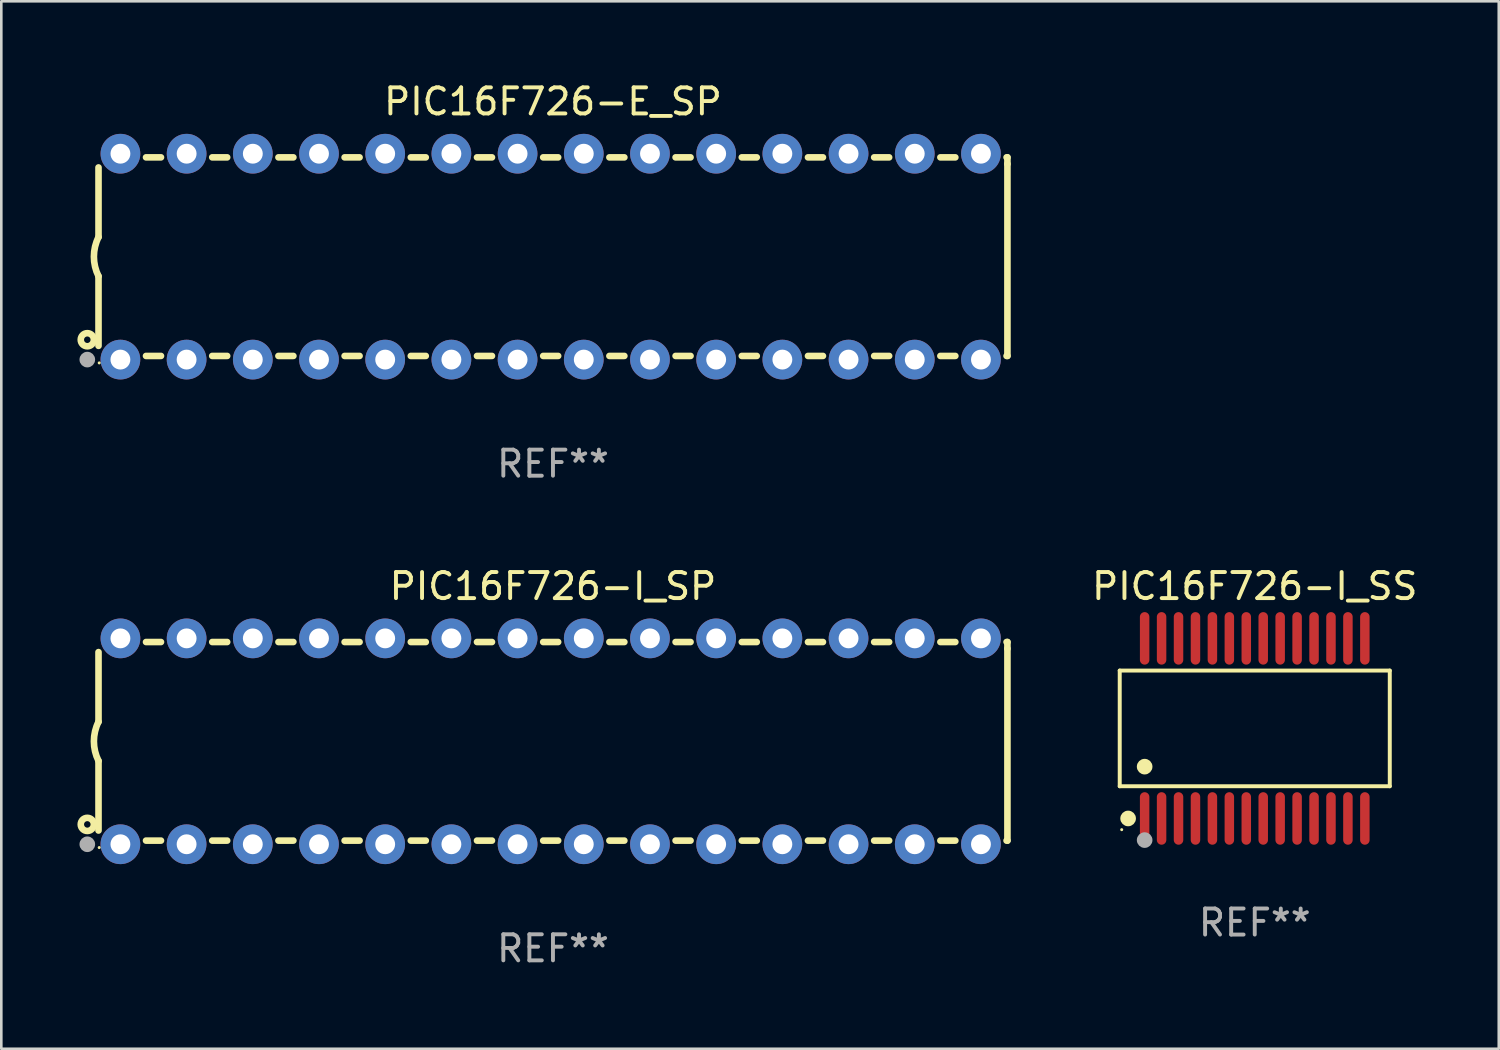
<source format=kicad_pcb>
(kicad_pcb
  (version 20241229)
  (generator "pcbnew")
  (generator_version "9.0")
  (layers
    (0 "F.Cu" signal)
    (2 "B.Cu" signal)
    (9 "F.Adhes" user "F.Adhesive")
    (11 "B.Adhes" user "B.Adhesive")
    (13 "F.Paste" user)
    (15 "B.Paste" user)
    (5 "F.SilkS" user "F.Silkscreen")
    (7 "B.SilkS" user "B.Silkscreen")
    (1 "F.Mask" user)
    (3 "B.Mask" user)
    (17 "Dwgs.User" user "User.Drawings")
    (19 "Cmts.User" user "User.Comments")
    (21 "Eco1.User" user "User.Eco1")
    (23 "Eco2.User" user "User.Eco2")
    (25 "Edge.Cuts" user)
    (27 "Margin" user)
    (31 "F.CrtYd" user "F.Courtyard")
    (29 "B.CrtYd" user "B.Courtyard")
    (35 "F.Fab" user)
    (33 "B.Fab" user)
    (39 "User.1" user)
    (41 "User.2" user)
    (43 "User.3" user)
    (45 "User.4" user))
  (footprint "PIC16F726-E_SP"
    (layer "F.Cu")
    (at 18.168 6.798)
    (property "Reference" "PIC16F726-E_SP" (at 0 -5.95 0) (layer "F.SilkS") (effects (font (size 1 1) (thickness 0.15))))
    (attr through_hole)
    (fp_line (start -17.438 0.75) (end -17.438 3.423) (stroke (width 0.254) (type solid)) (layer "F.SilkS"))
    (fp_line (start -17.438 -3.423) (end -17.438 -0.75) (stroke (width 0.254) (type solid)) (layer "F.SilkS"))
    (fp_line (start -15.615 3.81) (end -15.041 3.81) (stroke (width 0.254) (type solid)) (layer "F.SilkS"))
    (fp_line (start -15.041 -3.81) (end -15.614 -3.81) (stroke (width 0.254) (type solid)) (layer "F.SilkS"))
    (fp_line (start -13.075 3.81) (end -12.501 3.81) (stroke (width 0.254) (type solid)) (layer "F.SilkS"))
    (fp_line (start -12.501 -3.81) (end -13.074 -3.81) (stroke (width 0.254) (type solid)) (layer "F.SilkS"))
    (fp_line (start -10.535 3.81) (end -9.961 3.81) (stroke (width 0.254) (type solid)) (layer "F.SilkS"))
    (fp_line (start -9.961 -3.81) (end -10.534 -3.81) (stroke (width 0.254) (type solid)) (layer "F.SilkS"))
    (fp_line (start -7.995 3.81) (end -7.421 3.81) (stroke (width 0.254) (type solid)) (layer "F.SilkS"))
    (fp_line (start -7.421 -3.81) (end -7.995 -3.81) (stroke (width 0.254) (type solid)) (layer "F.SilkS"))
    (fp_line (start -5.455 3.81) (end -4.881 3.81) (stroke (width 0.254) (type solid)) (layer "F.SilkS"))
    (fp_line (start -4.881 -3.81) (end -5.455 -3.81) (stroke (width 0.254) (type solid)) (layer "F.SilkS"))
    (fp_line (start -2.915 3.81) (end -2.341 3.81) (stroke (width 0.254) (type solid)) (layer "F.SilkS"))
    (fp_line (start -2.341 -3.81) (end -2.915 -3.81) (stroke (width 0.254) (type solid)) (layer "F.SilkS"))
    (fp_line (start -0.375 3.81) (end 0.199 3.81) (stroke (width 0.254) (type solid)) (layer "F.SilkS"))
    (fp_line (start 0.199 -3.81) (end -0.375 -3.81) (stroke (width 0.254) (type solid)) (layer "F.SilkS"))
    (fp_line (start 2.165 3.81) (end 2.739 3.81) (stroke (width 0.254) (type solid)) (layer "F.SilkS"))
    (fp_line (start 2.739 -3.81) (end 2.165 -3.81) (stroke (width 0.254) (type solid)) (layer "F.SilkS"))
    (fp_line (start 4.705 3.81) (end 5.279 3.81) (stroke (width 0.254) (type solid)) (layer "F.SilkS"))
    (fp_line (start 5.279 -3.81) (end 4.705 -3.81) (stroke (width 0.254) (type solid)) (layer "F.SilkS"))
    (fp_line (start 7.245 3.81) (end 7.819 3.81) (stroke (width 0.254) (type solid)) (layer "F.SilkS"))
    (fp_line (start 7.819 -3.81) (end 7.245 -3.81) (stroke (width 0.254) (type solid)) (layer "F.SilkS"))
    (fp_line (start 9.785 3.81) (end 10.359 3.81) (stroke (width 0.254) (type solid)) (layer "F.SilkS"))
    (fp_line (start 10.359 -3.81) (end 9.785 -3.81) (stroke (width 0.254) (type solid)) (layer "F.SilkS"))
    (fp_line (start 12.325 3.81) (end 12.899 3.81) (stroke (width 0.254) (type solid)) (layer "F.SilkS"))
    (fp_line (start 12.899 -3.81) (end 12.325 -3.81) (stroke (width 0.254) (type solid)) (layer "F.SilkS"))
    (fp_line (start 14.865 3.81) (end 15.439 3.81) (stroke (width 0.254) (type solid)) (layer "F.SilkS"))
    (fp_line (start 15.439 -3.81) (end 14.865 -3.81) (stroke (width 0.254) (type solid)) (layer "F.SilkS"))
    (fp_line (start 17.405 3.81) (end 17.438 3.81) (stroke (width 0.254) (type solid)) (layer "F.SilkS"))
    (fp_line (start 17.438 -3.81) (end 17.405 -3.81) (stroke (width 0.254) (type solid)) (layer "F.SilkS"))
    (fp_line (start 17.438 -3.556) (end 17.438 -3.81) (stroke (width 0.254) (type solid)) (layer "F.SilkS"))
    (fp_line (start 17.438 3.81) (end 17.438 -3.556) (stroke (width 0.254) (type solid)) (layer "F.SilkS"))
    (fp_arc (start -17.437986 0.749657) (mid -17.614887 -0.000024) (end -17.437783 -0.749657) (stroke (width 0.254001) (type solid)) (layer "F.SilkS"))
    (fp_circle (center -17.868 3.188) (end -17.743 3.188) (stroke (width 0.254) (type solid)) (fill no) (layer "F.SilkS"))
    (fp_circle (center -17.411 4.077) (end -17.381 4.077) (stroke (width 0.06) (type solid)) (fill no) (layer "F.SilkS"))
    (fp_circle (center -17.868 3.95) (end -17.718 3.95) (stroke (width 0.3) (type solid)) (fill no) (layer "F.Fab"))
    (fp_text user "REF**" (at 0 7.95 0) (layer "F.Fab") (effects (font (size 1 1) (thickness 0.15))))
    (pad "1" thru_hole circle (at -16.598 3.95) (size 1.524 1.524) (drill 0.762) (layers "*.Cu" "*.Mask"))
    (pad "2" thru_hole circle (at -14.058 3.95) (size 1.524 1.524) (drill 0.762) (layers "*.Cu" "*.Mask"))
    (pad "3" thru_hole circle (at -11.518 3.95) (size 1.524 1.524) (drill 0.762) (layers "*.Cu" "*.Mask"))
    (pad "4" thru_hole circle (at -8.978 3.95) (size 1.524 1.524) (drill 0.762) (layers "*.Cu" "*.Mask"))
    (pad "5" thru_hole circle (at -6.438 3.95) (size 1.524 1.524) (drill 0.762) (layers "*.Cu" "*.Mask"))
    (pad "6" thru_hole circle (at -3.898 3.95) (size 1.524 1.524) (drill 0.762) (layers "*.Cu" "*.Mask"))
    (pad "7" thru_hole circle (at -1.358 3.95) (size 1.524 1.524) (drill 0.762) (layers "*.Cu" "*.Mask"))
    (pad "8" thru_hole circle (at 1.182 3.95) (size 1.524 1.524) (drill 0.762) (layers "*.Cu" "*.Mask"))
    (pad "9" thru_hole circle (at 3.722 3.95) (size 1.524 1.524) (drill 0.762) (layers "*.Cu" "*.Mask"))
    (pad "10" thru_hole circle (at 6.262 3.95) (size 1.524 1.524) (drill 0.762) (layers "*.Cu" "*.Mask"))
    (pad "11" thru_hole circle (at 8.802 3.95) (size 1.524 1.524) (drill 0.762) (layers "*.Cu" "*.Mask"))
    (pad "12" thru_hole circle (at 11.342 3.95) (size 1.524 1.524) (drill 0.762) (layers "*.Cu" "*.Mask"))
    (pad "13" thru_hole circle (at 13.882 3.95) (size 1.524 1.524) (drill 0.762) (layers "*.Cu" "*.Mask"))
    (pad "14" thru_hole circle (at 16.422 3.95) (size 1.524 1.524) (drill 0.762) (layers "*.Cu" "*.Mask"))
    (pad "15" thru_hole circle (at 16.422 -3.95) (size 1.524 1.524) (drill 0.762) (layers "*.Cu" "*.Mask"))
    (pad "16" thru_hole circle (at 13.882 -3.95) (size 1.524 1.524) (drill 0.762) (layers "*.Cu" "*.Mask"))
    (pad "17" thru_hole circle (at 11.342 -3.95) (size 1.524 1.524) (drill 0.762) (layers "*.Cu" "*.Mask"))
    (pad "18" thru_hole circle (at 8.802 -3.95) (size 1.524 1.524) (drill 0.762) (layers "*.Cu" "*.Mask"))
    (pad "19" thru_hole circle (at 6.262 -3.95) (size 1.524 1.524) (drill 0.762) (layers "*.Cu" "*.Mask"))
    (pad "20" thru_hole circle (at 3.722 -3.95) (size 1.524 1.524) (drill 0.762) (layers "*.Cu" "*.Mask"))
    (pad "21" thru_hole circle (at 1.182 -3.95) (size 1.524 1.524) (drill 0.762) (layers "*.Cu" "*.Mask"))
    (pad "22" thru_hole circle (at -1.358 -3.95) (size 1.524 1.524) (drill 0.762) (layers "*.Cu" "*.Mask"))
    (pad "23" thru_hole circle (at -3.898 -3.95) (size 1.524 1.524) (drill 0.762) (layers "*.Cu" "*.Mask"))
    (pad "24" thru_hole circle (at -6.438 -3.95) (size 1.524 1.524) (drill 0.762) (layers "*.Cu" "*.Mask"))
    (pad "25" thru_hole circle (at -8.978 -3.95) (size 1.524 1.524) (drill 0.762) (layers "*.Cu" "*.Mask"))
    (pad "26" thru_hole circle (at -11.517 -3.95) (size 1.524 1.524) (drill 0.762) (layers "*.Cu" "*.Mask"))
    (pad "27" thru_hole circle (at -14.057 -3.95) (size 1.524 1.524) (drill 0.762) (layers "*.Cu" "*.Mask"))
    (pad "28" thru_hole circle (at -16.597 -3.95) (size 1.524 1.524) (drill 0.762) (layers "*.Cu" "*.Mask")))
  (footprint "PIC16F726-I_SS"
    (layer "F.Cu")
    (at 45.096 24.9)
    (property "Reference" "PIC16F726-I_SS" (at 0 -5.455 0) (layer "F.SilkS") (effects (font (size 1 1) (thickness 0.15))))
    (attr through_hole)
    (fp_line (start -5.181 -2.219) (end 5.181 -2.219) (stroke (width 0.152) (type solid)) (layer "F.SilkS"))
    (fp_line (start -5.181 2.219) (end -5.181 -2.219) (stroke (width 0.152) (type solid)) (layer "F.SilkS"))
    (fp_line (start 5.181 -2.219) (end 5.181 2.219) (stroke (width 0.152) (type solid)) (layer "F.SilkS"))
    (fp_line (start 5.181 2.219) (end -5.181 2.219) (stroke (width 0.152) (type solid)) (layer "F.SilkS"))
    (fp_circle (center -5.105 3.885) (end -5.075 3.885) (stroke (width 0.06) (type solid)) (fill no) (layer "F.SilkS"))
    (fp_circle (center -4.859 3.455) (end -4.709 3.455) (stroke (width 0.3) (type solid)) (fill no) (layer "F.SilkS"))
    (fp_circle (center -4.225 1.467) (end -4.075 1.467) (stroke (width 0.3) (type solid)) (fill no) (layer "F.SilkS"))
    (fp_circle (center -4.225 4.285) (end -4.075 4.285) (stroke (width 0.3) (type solid)) (fill no) (layer "F.Fab"))
    (fp_text user "REF**" (at 0 7.455 0) (layer "F.Fab") (effects (font (size 1 1) (thickness 0.15))))
    (pad "1" smd oval (at -4.225 3.455) (size 0.364 2.015) (layers "F.Cu" "F.Mask" "F.Paste"))
    (pad "2" smd oval (at -3.575 3.455) (size 0.364 2.015) (layers "F.Cu" "F.Mask" "F.Paste"))
    (pad "3" smd oval (at -2.925 3.455) (size 0.364 2.015) (layers "F.Cu" "F.Mask" "F.Paste"))
    (pad "4" smd oval (at -2.275 3.455) (size 0.364 2.015) (layers "F.Cu" "F.Mask" "F.Paste"))
    (pad "5" smd oval (at -1.625 3.455) (size 0.364 2.015) (layers "F.Cu" "F.Mask" "F.Paste"))
    (pad "6" smd oval (at -0.975 3.455) (size 0.364 2.015) (layers "F.Cu" "F.Mask" "F.Paste"))
    (pad "7" smd oval (at -0.325 3.455) (size 0.364 2.015) (layers "F.Cu" "F.Mask" "F.Paste"))
    (pad "8" smd oval (at 0.325 3.455) (size 0.364 2.015) (layers "F.Cu" "F.Mask" "F.Paste"))
    (pad "9" smd oval (at 0.975 3.455) (size 0.364 2.015) (layers "F.Cu" "F.Mask" "F.Paste"))
    (pad "10" smd oval (at 1.625 3.455) (size 0.364 2.015) (layers "F.Cu" "F.Mask" "F.Paste"))
    (pad "11" smd oval (at 2.275 3.455) (size 0.364 2.015) (layers "F.Cu" "F.Mask" "F.Paste"))
    (pad "12" smd oval (at 2.925 3.455) (size 0.364 2.015) (layers "F.Cu" "F.Mask" "F.Paste"))
    (pad "13" smd oval (at 3.575 3.455) (size 0.364 2.015) (layers "F.Cu" "F.Mask" "F.Paste"))
    (pad "14" smd oval (at 4.225 3.455) (size 0.364 2.015) (layers "F.Cu" "F.Mask" "F.Paste"))
    (pad "15" smd oval (at 4.225 -3.455) (size 0.364 2.015) (layers "F.Cu" "F.Mask" "F.Paste"))
    (pad "16" smd oval (at 3.575 -3.455) (size 0.364 2.015) (layers "F.Cu" "F.Mask" "F.Paste"))
    (pad "17" smd oval (at 2.925 -3.455) (size 0.364 2.015) (layers "F.Cu" "F.Mask" "F.Paste"))
    (pad "18" smd oval (at 2.275 -3.455) (size 0.364 2.015) (layers "F.Cu" "F.Mask" "F.Paste"))
    (pad "19" smd oval (at 1.625 -3.455) (size 0.364 2.015) (layers "F.Cu" "F.Mask" "F.Paste"))
    (pad "20" smd oval (at 0.975 -3.455) (size 0.364 2.015) (layers "F.Cu" "F.Mask" "F.Paste"))
    (pad "21" smd oval (at 0.325 -3.455) (size 0.364 2.015) (layers "F.Cu" "F.Mask" "F.Paste"))
    (pad "22" smd oval (at -0.325 -3.455) (size 0.364 2.015) (layers "F.Cu" "F.Mask" "F.Paste"))
    (pad "23" smd oval (at -0.975 -3.455) (size 0.364 2.015) (layers "F.Cu" "F.Mask" "F.Paste"))
    (pad "24" smd oval (at -1.625 -3.455) (size 0.364 2.015) (layers "F.Cu" "F.Mask" "F.Paste"))
    (pad "25" smd oval (at -2.275 -3.455) (size 0.364 2.015) (layers "F.Cu" "F.Mask" "F.Paste"))
    (pad "26" smd oval (at -2.925 -3.455) (size 0.364 2.015) (layers "F.Cu" "F.Mask" "F.Paste"))
    (pad "27" smd oval (at -3.575 -3.455) (size 0.364 2.015) (layers "F.Cu" "F.Mask" "F.Paste"))
    (pad "28" smd oval (at -4.225 -3.455) (size 0.364 2.015) (layers "F.Cu" "F.Mask" "F.Paste")))
  (footprint "PIC16F726-I_SP"
    (layer "F.Cu")
    (at 18.168 25.395)
    (property "Reference" "PIC16F726-I_SP" (at 0 -5.95 0) (layer "F.SilkS") (effects (font (size 1 1) (thickness 0.15))))
    (attr through_hole)
    (fp_line (start -17.438 0.75) (end -17.438 3.423) (stroke (width 0.254) (type solid)) (layer "F.SilkS"))
    (fp_line (start -17.438 -3.423) (end -17.438 -0.75) (stroke (width 0.254) (type solid)) (layer "F.SilkS"))
    (fp_line (start -15.615 3.81) (end -15.041 3.81) (stroke (width 0.254) (type solid)) (layer "F.SilkS"))
    (fp_line (start -15.041 -3.81) (end -15.614 -3.81) (stroke (width 0.254) (type solid)) (layer "F.SilkS"))
    (fp_line (start -13.075 3.81) (end -12.501 3.81) (stroke (width 0.254) (type solid)) (layer "F.SilkS"))
    (fp_line (start -12.501 -3.81) (end -13.074 -3.81) (stroke (width 0.254) (type solid)) (layer "F.SilkS"))
    (fp_line (start -10.535 3.81) (end -9.961 3.81) (stroke (width 0.254) (type solid)) (layer "F.SilkS"))
    (fp_line (start -9.961 -3.81) (end -10.534 -3.81) (stroke (width 0.254) (type solid)) (layer "F.SilkS"))
    (fp_line (start -7.995 3.81) (end -7.421 3.81) (stroke (width 0.254) (type solid)) (layer "F.SilkS"))
    (fp_line (start -7.421 -3.81) (end -7.995 -3.81) (stroke (width 0.254) (type solid)) (layer "F.SilkS"))
    (fp_line (start -5.455 3.81) (end -4.881 3.81) (stroke (width 0.254) (type solid)) (layer "F.SilkS"))
    (fp_line (start -4.881 -3.81) (end -5.455 -3.81) (stroke (width 0.254) (type solid)) (layer "F.SilkS"))
    (fp_line (start -2.915 3.81) (end -2.341 3.81) (stroke (width 0.254) (type solid)) (layer "F.SilkS"))
    (fp_line (start -2.341 -3.81) (end -2.915 -3.81) (stroke (width 0.254) (type solid)) (layer "F.SilkS"))
    (fp_line (start -0.375 3.81) (end 0.199 3.81) (stroke (width 0.254) (type solid)) (layer "F.SilkS"))
    (fp_line (start 0.199 -3.81) (end -0.375 -3.81) (stroke (width 0.254) (type solid)) (layer "F.SilkS"))
    (fp_line (start 2.165 3.81) (end 2.739 3.81) (stroke (width 0.254) (type solid)) (layer "F.SilkS"))
    (fp_line (start 2.739 -3.81) (end 2.165 -3.81) (stroke (width 0.254) (type solid)) (layer "F.SilkS"))
    (fp_line (start 4.705 3.81) (end 5.279 3.81) (stroke (width 0.254) (type solid)) (layer "F.SilkS"))
    (fp_line (start 5.279 -3.81) (end 4.705 -3.81) (stroke (width 0.254) (type solid)) (layer "F.SilkS"))
    (fp_line (start 7.245 3.81) (end 7.819 3.81) (stroke (width 0.254) (type solid)) (layer "F.SilkS"))
    (fp_line (start 7.819 -3.81) (end 7.245 -3.81) (stroke (width 0.254) (type solid)) (layer "F.SilkS"))
    (fp_line (start 9.785 3.81) (end 10.359 3.81) (stroke (width 0.254) (type solid)) (layer "F.SilkS"))
    (fp_line (start 10.359 -3.81) (end 9.785 -3.81) (stroke (width 0.254) (type solid)) (layer "F.SilkS"))
    (fp_line (start 12.325 3.81) (end 12.899 3.81) (stroke (width 0.254) (type solid)) (layer "F.SilkS"))
    (fp_line (start 12.899 -3.81) (end 12.325 -3.81) (stroke (width 0.254) (type solid)) (layer "F.SilkS"))
    (fp_line (start 14.865 3.81) (end 15.439 3.81) (stroke (width 0.254) (type solid)) (layer "F.SilkS"))
    (fp_line (start 15.439 -3.81) (end 14.865 -3.81) (stroke (width 0.254) (type solid)) (layer "F.SilkS"))
    (fp_line (start 17.405 3.81) (end 17.438 3.81) (stroke (width 0.254) (type solid)) (layer "F.SilkS"))
    (fp_line (start 17.438 -3.81) (end 17.405 -3.81) (stroke (width 0.254) (type solid)) (layer "F.SilkS"))
    (fp_line (start 17.438 -3.556) (end 17.438 -3.81) (stroke (width 0.254) (type solid)) (layer "F.SilkS"))
    (fp_line (start 17.438 3.81) (end 17.438 -3.556) (stroke (width 0.254) (type solid)) (layer "F.SilkS"))
    (fp_arc (start -17.437986 0.749657) (mid -17.614887 -0.000024) (end -17.437783 -0.749657) (stroke (width 0.254001) (type solid)) (layer "F.SilkS"))
    (fp_circle (center -17.868 3.188) (end -17.743 3.188) (stroke (width 0.254) (type solid)) (fill no) (layer "F.SilkS"))
    (fp_circle (center -17.411 4.077) (end -17.381 4.077) (stroke (width 0.06) (type solid)) (fill no) (layer "F.SilkS"))
    (fp_circle (center -17.868 3.95) (end -17.718 3.95) (stroke (width 0.3) (type solid)) (fill no) (layer "F.Fab"))
    (fp_text user "REF**" (at 0 7.95 0) (layer "F.Fab") (effects (font (size 1 1) (thickness 0.15))))
    (pad "1" thru_hole circle (at -16.598 3.95) (size 1.524 1.524) (drill 0.762) (layers "*.Cu" "*.Mask"))
    (pad "2" thru_hole circle (at -14.058 3.95) (size 1.524 1.524) (drill 0.762) (layers "*.Cu" "*.Mask"))
    (pad "3" thru_hole circle (at -11.518 3.95) (size 1.524 1.524) (drill 0.762) (layers "*.Cu" "*.Mask"))
    (pad "4" thru_hole circle (at -8.978 3.95) (size 1.524 1.524) (drill 0.762) (layers "*.Cu" "*.Mask"))
    (pad "5" thru_hole circle (at -6.438 3.95) (size 1.524 1.524) (drill 0.762) (layers "*.Cu" "*.Mask"))
    (pad "6" thru_hole circle (at -3.898 3.95) (size 1.524 1.524) (drill 0.762) (layers "*.Cu" "*.Mask"))
    (pad "7" thru_hole circle (at -1.358 3.95) (size 1.524 1.524) (drill 0.762) (layers "*.Cu" "*.Mask"))
    (pad "8" thru_hole circle (at 1.182 3.95) (size 1.524 1.524) (drill 0.762) (layers "*.Cu" "*.Mask"))
    (pad "9" thru_hole circle (at 3.722 3.95) (size 1.524 1.524) (drill 0.762) (layers "*.Cu" "*.Mask"))
    (pad "10" thru_hole circle (at 6.262 3.95) (size 1.524 1.524) (drill 0.762) (layers "*.Cu" "*.Mask"))
    (pad "11" thru_hole circle (at 8.802 3.95) (size 1.524 1.524) (drill 0.762) (layers "*.Cu" "*.Mask"))
    (pad "12" thru_hole circle (at 11.342 3.95) (size 1.524 1.524) (drill 0.762) (layers "*.Cu" "*.Mask"))
    (pad "13" thru_hole circle (at 13.882 3.95) (size 1.524 1.524) (drill 0.762) (layers "*.Cu" "*.Mask"))
    (pad "14" thru_hole circle (at 16.422 3.95) (size 1.524 1.524) (drill 0.762) (layers "*.Cu" "*.Mask"))
    (pad "15" thru_hole circle (at 16.422 -3.95) (size 1.524 1.524) (drill 0.762) (layers "*.Cu" "*.Mask"))
    (pad "16" thru_hole circle (at 13.882 -3.95) (size 1.524 1.524) (drill 0.762) (layers "*.Cu" "*.Mask"))
    (pad "17" thru_hole circle (at 11.342 -3.95) (size 1.524 1.524) (drill 0.762) (layers "*.Cu" "*.Mask"))
    (pad "18" thru_hole circle (at 8.802 -3.95) (size 1.524 1.524) (drill 0.762) (layers "*.Cu" "*.Mask"))
    (pad "19" thru_hole circle (at 6.262 -3.95) (size 1.524 1.524) (drill 0.762) (layers "*.Cu" "*.Mask"))
    (pad "20" thru_hole circle (at 3.722 -3.95) (size 1.524 1.524) (drill 0.762) (layers "*.Cu" "*.Mask"))
    (pad "21" thru_hole circle (at 1.182 -3.95) (size 1.524 1.524) (drill 0.762) (layers "*.Cu" "*.Mask"))
    (pad "22" thru_hole circle (at -1.358 -3.95) (size 1.524 1.524) (drill 0.762) (layers "*.Cu" "*.Mask"))
    (pad "23" thru_hole circle (at -3.898 -3.95) (size 1.524 1.524) (drill 0.762) (layers "*.Cu" "*.Mask"))
    (pad "24" thru_hole circle (at -6.438 -3.95) (size 1.524 1.524) (drill 0.762) (layers "*.Cu" "*.Mask"))
    (pad "25" thru_hole circle (at -8.978 -3.95) (size 1.524 1.524) (drill 0.762) (layers "*.Cu" "*.Mask"))
    (pad "26" thru_hole circle (at -11.517 -3.95) (size 1.524 1.524) (drill 0.762) (layers "*.Cu" "*.Mask"))
    (pad "27" thru_hole circle (at -14.057 -3.95) (size 1.524 1.524) (drill 0.762) (layers "*.Cu" "*.Mask"))
    (pad "28" thru_hole circle (at -16.597 -3.95) (size 1.524 1.524) (drill 0.762) (layers "*.Cu" "*.Mask")))
  (gr_rect
    (start -3 -3)
    (end 54.459 37.193)
    (stroke (width 0.1) (type default))
    (fill no)
    (layer "Edge.Cuts")))
</source>
